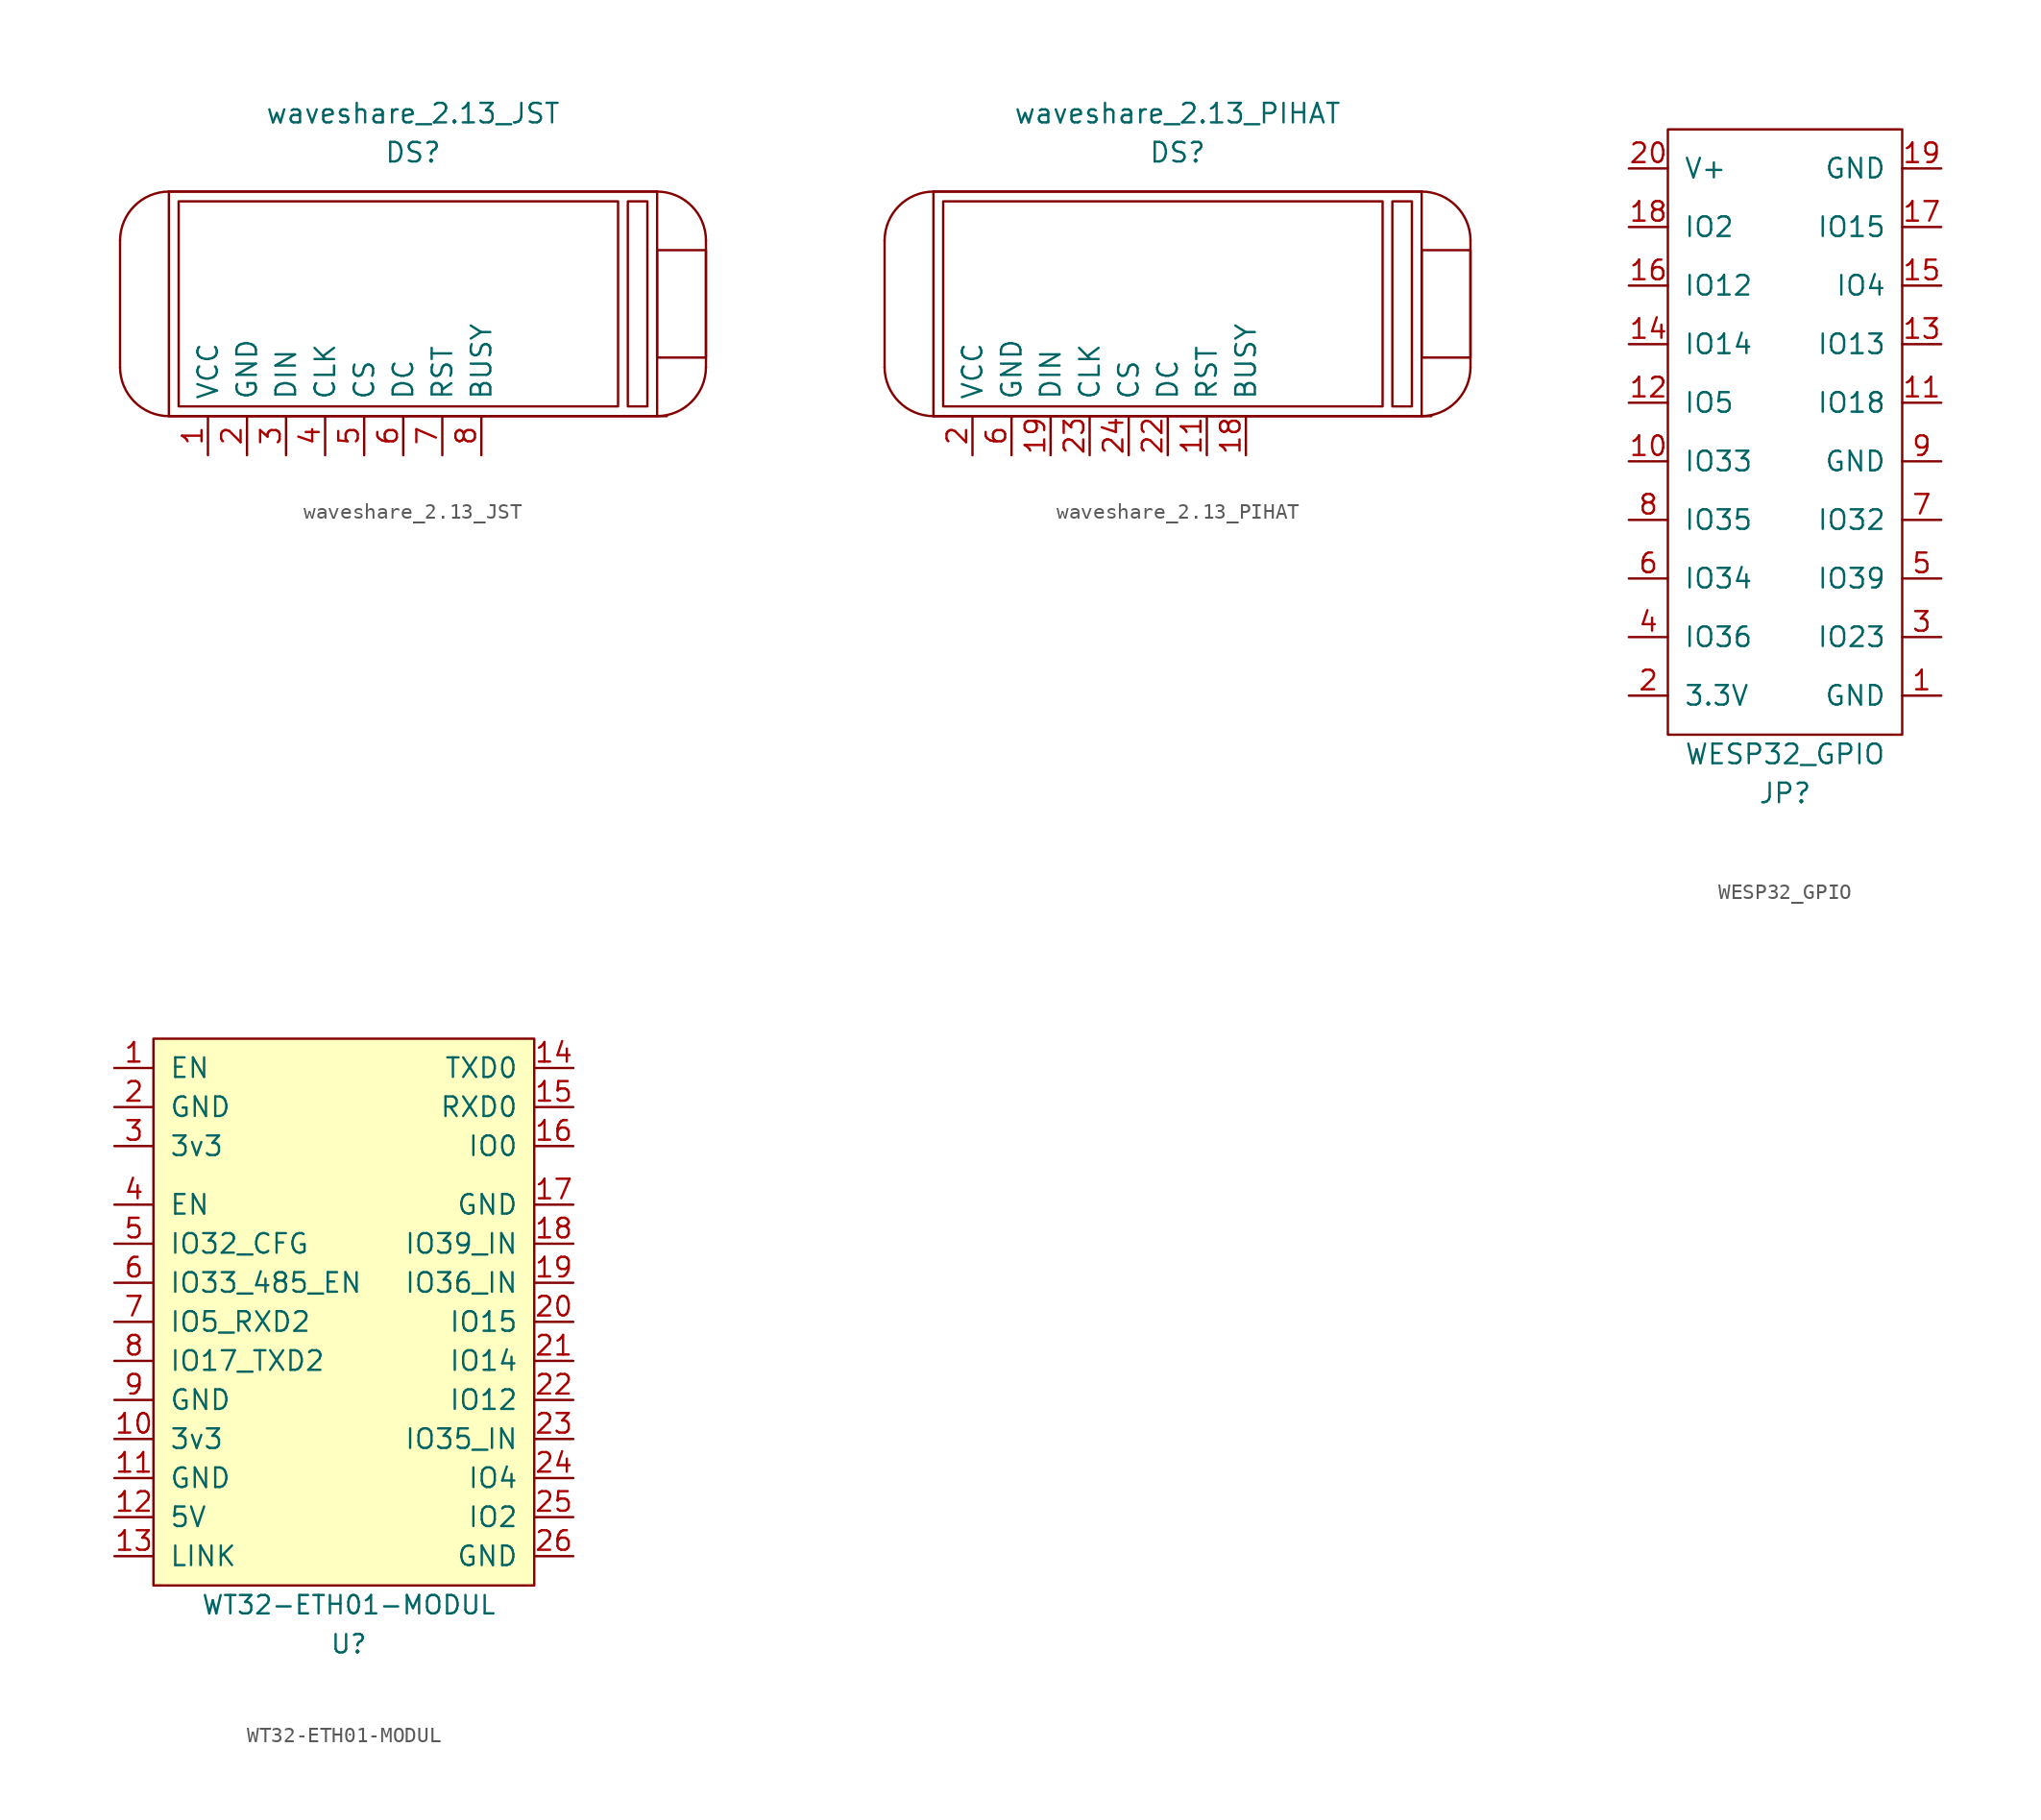
<source format=kicad_sym>
(kicad_symbol_lib
  (version 20211014)
  (generator kicad_symbol_editor)
  (symbol "waveshare_2.13_JST"
    (pin_names
      (offset 1.016))
    (property "Reference" "DS"
      (at 0 17.145 0)
      (effects (font (size 1.27 1.27))))
    (property "Value" "waveshare_2.13_JST"
      (at 0 19.685 0)
      (effects (font (size 1.27 1.27))))
    (symbol "waveshare_2.13_JST_0_1"
      (arc (start -15.875 14.605) (mid -18.1148 13.6698) (end -19.05 11.43) (stroke (width 0) (type default) (color 0 0 0 0)) (fill (type none)))
      (rectangle (start -15.875 14.605) (end 15.875 0) (stroke (width 0) (type default) (color 0 0 0 0)) (fill (type none)))
      (rectangle (start -15.24 13.97) (end 13.335 0.635) (stroke (width 0) (type default) (color 0 0 0 0)) (fill (type none)))
      (polyline (pts (xy -19.05 11.43) (xy -19.05 3.175)) (stroke (width 0) (type default) (color 0 0 0 0)) (fill (type none)))
      (polyline (pts (xy -15.875 0) (xy 16.51 0)) (stroke (width 0) (type default) (color 0 0 0 0)) (fill (type none)))
      (polyline (pts (xy 15.875 14.605) (xy -15.875 14.605)) (stroke (width 0) (type default) (color 0 0 0 0)) (fill (type none)))
      (polyline (pts (xy 19.05 11.43) (xy 19.05 3.175)) (stroke (width 0) (type default) (color 0 0 0 0)) (fill (type none)))
      (rectangle (start 13.97 13.97) (end 15.24 0.635) (stroke (width 0) (type default) (color 0 0 0 0)) (fill (type none)))
      (rectangle (start 15.875 10.795) (end 19.05 3.81) (stroke (width 0) (type default) (color 0 0 0 0)) (fill (type none))))
    (symbol "waveshare_2.13_JST_1_1"
      (arc (start -19.05 3.175) (mid -18.1148 0.9352) (end -15.875 0) (stroke (width 0) (type default) (color 0 0 0 0)) (fill (type none)))
      (arc (start 15.875 0) (mid 18.1148 0.9352) (end 19.05 3.175) (stroke (width 0) (type default) (color 0 0 0 0)) (fill (type none)))
      (arc (start 19.05 11.43) (mid 18.1148 13.6698) (end 15.875 14.605) (stroke (width 0) (type default) (color 0 0 0 0)) (fill (type none)))
      (pin input line (at -13.335 -2.54 90) (length 2.54) (name "VCC" (effects (font (size 1.27 1.27)))) (number "1" (effects (font (size 1.27 1.27)))))
      (pin input line (at -10.795 -2.54 90) (length 2.54) (name "GND" (effects (font (size 1.27 1.27)))) (number "2" (effects (font (size 1.27 1.27)))))
      (pin input line (at -8.255 -2.54 90) (length 2.54) (name "DIN" (effects (font (size 1.27 1.27)))) (number "3" (effects (font (size 1.27 1.27)))))
      (pin input line (at -5.715 -2.54 90) (length 2.54) (name "CLK" (effects (font (size 1.27 1.27)))) (number "4" (effects (font (size 1.27 1.27)))))
      (pin input line (at -3.175 -2.54 90) (length 2.54) (name "CS" (effects (font (size 1.27 1.27)))) (number "5" (effects (font (size 1.27 1.27)))))
      (pin input line (at -0.635 -2.54 90) (length 2.54) (name "DC" (effects (font (size 1.27 1.27)))) (number "6" (effects (font (size 1.27 1.27)))))
      (pin input line (at 1.905 -2.54 90) (length 2.54) (name "RST" (effects (font (size 1.27 1.27)))) (number "7" (effects (font (size 1.27 1.27)))))
      (pin input line (at 4.445 -2.54 90) (length 2.54) (name "BUSY" (effects (font (size 1.27 1.27)))) (number "8" (effects (font (size 1.27 1.27)))))))
  (symbol "waveshare_2.13_PIHAT"
    (pin_names
      (offset 1.016))
    (property "Reference" "DS"
      (at 0 17.145 0)
      (effects (font (size 1.27 1.27))))
    (property "Value" "waveshare_2.13_PIHAT"
      (at 0 19.685 0)
      (effects (font (size 1.27 1.27))))
    (symbol "waveshare_2.13_PIHAT_0_1"
      (arc (start -15.875 14.605) (mid -18.1148 13.6698) (end -19.05 11.43) (stroke (width 0) (type default) (color 0 0 0 0)) (fill (type none)))
      (rectangle (start -15.875 14.605) (end 15.875 0) (stroke (width 0) (type default) (color 0 0 0 0)) (fill (type none)))
      (rectangle (start -15.24 13.97) (end 13.335 0.635) (stroke (width 0) (type default) (color 0 0 0 0)) (fill (type none)))
      (polyline (pts (xy -19.05 11.43) (xy -19.05 3.175)) (stroke (width 0) (type default) (color 0 0 0 0)) (fill (type none)))
      (polyline (pts (xy -15.875 0) (xy 16.51 0)) (stroke (width 0) (type default) (color 0 0 0 0)) (fill (type none)))
      (polyline (pts (xy 15.875 14.605) (xy -15.875 14.605)) (stroke (width 0) (type default) (color 0 0 0 0)) (fill (type none)))
      (polyline (pts (xy 19.05 11.43) (xy 19.05 3.175)) (stroke (width 0) (type default) (color 0 0 0 0)) (fill (type none)))
      (rectangle (start 13.97 13.97) (end 15.24 0.635) (stroke (width 0) (type default) (color 0 0 0 0)) (fill (type none)))
      (rectangle (start 15.875 10.795) (end 19.05 3.81) (stroke (width 0) (type default) (color 0 0 0 0)) (fill (type none))))
    (symbol "waveshare_2.13_PIHAT_1_1"
      (arc (start -19.05 3.175) (mid -18.1148 0.9352) (end -15.875 0) (stroke (width 0) (type default) (color 0 0 0 0)) (fill (type none)))
      (arc (start 15.875 0) (mid 18.1148 0.9352) (end 19.05 3.175) (stroke (width 0) (type default) (color 0 0 0 0)) (fill (type none)))
      (arc (start 19.05 11.43) (mid 18.1148 13.6698) (end 15.875 14.605) (stroke (width 0) (type default) (color 0 0 0 0)) (fill (type none)))
      (pin input line (at 1.905 -2.54 90) (length 2.54) (name "RST" (effects (font (size 1.27 1.27)))) (number "11" (effects (font (size 1.27 1.27)))))
      (pin input line (at 4.445 -2.54 90) (length 2.54) (name "BUSY" (effects (font (size 1.27 1.27)))) (number "18" (effects (font (size 1.27 1.27)))))
      (pin input line (at -8.255 -2.54 90) (length 2.54) (name "DIN" (effects (font (size 1.27 1.27)))) (number "19" (effects (font (size 1.27 1.27)))))
      (pin input line (at -13.335 -2.54 90) (length 2.54) (name "VCC" (effects (font (size 1.27 1.27)))) (number "2" (effects (font (size 1.27 1.27)))))
      (pin input line (at -0.635 -2.54 90) (length 2.54) (name "DC" (effects (font (size 1.27 1.27)))) (number "22" (effects (font (size 1.27 1.27)))))
      (pin input line (at -5.715 -2.54 90) (length 2.54) (name "CLK" (effects (font (size 1.27 1.27)))) (number "23" (effects (font (size 1.27 1.27)))))
      (pin input line (at -3.175 -2.54 90) (length 2.54) (name "CS" (effects (font (size 1.27 1.27)))) (number "24" (effects (font (size 1.27 1.27)))))
      (pin input line (at -10.795 -2.54 90) (length 2.54) (name "GND" (effects (font (size 1.27 1.27)))) (number "6" (effects (font (size 1.27 1.27)))))))
  (symbol "WESP32_GPIO"
    (pin_names
      (offset 1.016))
    (property "Reference" "JP"
      (at -1.27 -3.81 0)
      (effects (font (size 1.27 1.27))))
    (property "Value" "WESP32_GPIO"
      (at -1.27 -1.27 0)
      (effects (font (size 1.27 1.27))))
    (symbol "WESP32_GPIO_0_1"
      (rectangle (start 6.35 0) (end -8.89 39.37) (stroke (width 0) (type default) (color 0 0 0 0)) (fill (type none))))
    (symbol "WESP32_GPIO_1_1"
      (pin power_in line (at 8.89 2.54 180) (length 2.54) (name "GND" (effects (font (size 1.27 1.27)))) (number "1" (effects (font (size 1.27 1.27)))))
      (pin bidirectional line (at -11.43 17.78 0) (length 2.54) (name "IO33" (effects (font (size 1.27 1.27)))) (number "10" (effects (font (size 1.27 1.27)))))
      (pin bidirectional line (at 8.89 21.59 180) (length 2.54) (name "IO18" (effects (font (size 1.27 1.27)))) (number "11" (effects (font (size 1.27 1.27)))))
      (pin bidirectional line (at -11.43 21.59 0) (length 2.54) (name "IO5" (effects (font (size 1.27 1.27)))) (number "12" (effects (font (size 1.27 1.27)))))
      (pin bidirectional line (at 8.89 25.4 180) (length 2.54) (name "IO13" (effects (font (size 1.27 1.27)))) (number "13" (effects (font (size 1.27 1.27)))))
      (pin bidirectional line (at -11.43 25.4 0) (length 2.54) (name "IO14" (effects (font (size 1.27 1.27)))) (number "14" (effects (font (size 1.27 1.27)))))
      (pin bidirectional line (at 8.89 29.21 180) (length 2.54) (name "IO4" (effects (font (size 1.27 1.27)))) (number "15" (effects (font (size 1.27 1.27)))))
      (pin bidirectional line (at -11.43 29.21 0) (length 2.54) (name "IO12" (effects (font (size 1.27 1.27)))) (number "16" (effects (font (size 1.27 1.27)))))
      (pin bidirectional line (at 8.89 33.02 180) (length 2.54) (name "IO15" (effects (font (size 1.27 1.27)))) (number "17" (effects (font (size 1.27 1.27)))))
      (pin bidirectional line (at -11.43 33.02 0) (length 2.54) (name "IO2" (effects (font (size 1.27 1.27)))) (number "18" (effects (font (size 1.27 1.27)))))
      (pin power_in line (at 8.89 36.83 180) (length 2.54) (name "GND" (effects (font (size 1.27 1.27)))) (number "19" (effects (font (size 1.27 1.27)))))
      (pin power_in line (at -11.43 2.54 0) (length 2.54) (name "3.3V" (effects (font (size 1.27 1.27)))) (number "2" (effects (font (size 1.27 1.27)))))
      (pin bidirectional line (at -11.43 36.83 0) (length 2.54) (name "V+" (effects (font (size 1.27 1.27)))) (number "20" (effects (font (size 1.27 1.27)))))
      (pin bidirectional line (at 8.89 6.35 180) (length 2.54) (name "IO23" (effects (font (size 1.27 1.27)))) (number "3" (effects (font (size 1.27 1.27)))))
      (pin input line (at -11.43 6.35 0) (length 2.54) (name "IO36" (effects (font (size 1.27 1.27)))) (number "4" (effects (font (size 1.27 1.27)))))
      (pin input line (at 8.89 10.16 180) (length 2.54) (name "IO39" (effects (font (size 1.27 1.27)))) (number "5" (effects (font (size 1.27 1.27)))))
      (pin input line (at -11.43 10.16 0) (length 2.54) (name "IO34" (effects (font (size 1.27 1.27)))) (number "6" (effects (font (size 1.27 1.27)))))
      (pin bidirectional line (at 8.89 13.97 180) (length 2.54) (name "IO32" (effects (font (size 1.27 1.27)))) (number "7" (effects (font (size 1.27 1.27)))))
      (pin input line (at -11.43 13.97 0) (length 2.54) (name "IO35" (effects (font (size 1.27 1.27)))) (number "8" (effects (font (size 1.27 1.27)))))
      (pin power_in line (at 8.89 17.78 180) (length 2.54) (name "GND" (effects (font (size 1.27 1.27)))) (number "9" (effects (font (size 1.27 1.27)))))))
  (symbol "WT32-ETH01-MODUL"
    (pin_names
      (offset 1.016))
    (property "Reference" "U"
      (at 0 -21.59 0)
      (effects (font (size 1.194 1.194))))
    (property "Value" "WT32-ETH01-MODUL"
      (at 0 -19.05 0)
      (effects (font (size 1.194 1.194))))
    (symbol "WT32-ETH01-MODUL_0_0"
      (pin input line (at -15.24 -8.255 0) (length 2.54) (name "3v3" (effects (font (size 1.27 1.27)))) (number "10" (effects (font (size 1.27 1.27)))))
      (pin power_in line (at -15.24 -10.795 0) (length 2.54) (name "GND" (effects (font (size 1.27 1.27)))) (number "11" (effects (font (size 1.27 1.27)))))
      (pin power_in line (at -15.24 -13.335 0) (length 2.54) (name "5V" (effects (font (size 1.27 1.27)))) (number "12" (effects (font (size 1.27 1.27)))))
      (pin input line (at -15.24 -15.875 0) (length 2.54) (name "LINK" (effects (font (size 1.27 1.27)))) (number "13" (effects (font (size 1.27 1.27)))))
      (pin input line (at 14.605 15.875 180) (length 2.54) (name "TXD0" (effects (font (size 1.27 1.27)))) (number "14" (effects (font (size 1.27 1.27)))))
      (pin input line (at 14.605 13.335 180) (length 2.54) (name "RXD0" (effects (font (size 1.27 1.27)))) (number "15" (effects (font (size 1.27 1.27)))))
      (pin input line (at 14.605 10.795 180) (length 2.54) (name "IO0" (effects (font (size 1.27 1.27)))) (number "16" (effects (font (size 1.27 1.27)))))
      (pin power_in line (at 14.605 6.985 180) (length 2.54) (name "GND" (effects (font (size 1.27 1.27)))) (number "17" (effects (font (size 1.27 1.27)))))
      (pin input line (at 14.605 4.445 180) (length 2.54) (name "IO39_IN" (effects (font (size 1.27 1.27)))) (number "18" (effects (font (size 1.27 1.27)))))
      (pin input line (at 14.605 1.905 180) (length 2.54) (name "IO36_IN" (effects (font (size 1.27 1.27)))) (number "19" (effects (font (size 1.27 1.27)))))
      (pin input line (at 14.605 -0.635 180) (length 2.54) (name "IO15" (effects (font (size 1.27 1.27)))) (number "20" (effects (font (size 1.27 1.27)))))
      (pin input line (at 14.605 -3.175 180) (length 2.54) (name "IO14" (effects (font (size 1.27 1.27)))) (number "21" (effects (font (size 1.27 1.27)))))
      (pin input line (at 14.605 -5.715 180) (length 2.54) (name "IO12" (effects (font (size 1.27 1.27)))) (number "22" (effects (font (size 1.27 1.27)))))
      (pin input line (at 14.605 -8.255 180) (length 2.54) (name "IO35_IN" (effects (font (size 1.27 1.27)))) (number "23" (effects (font (size 1.27 1.27)))))
      (pin input line (at 14.605 -10.795 180) (length 2.54) (name "IO4" (effects (font (size 1.27 1.27)))) (number "24" (effects (font (size 1.27 1.27)))))
      (pin input line (at 14.605 -13.335 180) (length 2.54) (name "IO2" (effects (font (size 1.27 1.27)))) (number "25" (effects (font (size 1.27 1.27)))))
      (pin power_in line (at 14.605 -15.875 180) (length 2.54) (name "GND" (effects (font (size 1.27 1.27)))) (number "26" (effects (font (size 1.27 1.27)))))
      (pin input line (at -15.24 -0.635 0) (length 2.54) (name "IO5_RXD2" (effects (font (size 1.27 1.27)))) (number "7" (effects (font (size 1.27 1.27)))))
      (pin input line (at -15.24 -3.175 0) (length 2.54) (name "IO17_TXD2" (effects (font (size 1.27 1.27)))) (number "8" (effects (font (size 1.27 1.27)))))
      (pin power_in line (at -15.24 -5.715 0) (length 2.54) (name "GND" (effects (font (size 1.27 1.27)))) (number "9" (effects (font (size 1.27 1.27))))))
    (symbol "WT32-ETH01-MODUL_0_1"
      (rectangle (start -12.7 17.78) (end 12.065 -17.78) (stroke (width 0) (type default) (color 0 0 0 0)) (fill (type background))))
    (symbol "WT32-ETH01-MODUL_1_1"
      (pin input line (at -15.24 15.875 0) (length 2.54) (name "EN" (effects (font (size 1.27 1.27)))) (number "1" (effects (font (size 1.27 1.27)))))
      (pin power_in line (at -15.24 13.335 0) (length 2.54) (name "GND" (effects (font (size 1.27 1.27)))) (number "2" (effects (font (size 1.27 1.27)))))
      (pin power_in line (at -15.24 10.795 0) (length 2.54) (name "3v3" (effects (font (size 1.27 1.27)))) (number "3" (effects (font (size 1.27 1.27)))))
      (pin input line (at -15.24 6.985 0) (length 2.54) (name "EN" (effects (font (size 1.27 1.27)))) (number "4" (effects (font (size 1.27 1.27)))))
      (pin input line (at -15.24 4.445 0) (length 2.54) (name "IO32_CFG" (effects (font (size 1.27 1.27)))) (number "5" (effects (font (size 1.27 1.27)))))
      (pin input line (at -15.24 1.905 0) (length 2.54) (name "IO33_485_EN" (effects (font (size 1.27 1.27)))) (number "6" (effects (font (size 1.27 1.27))))))))
</source>
